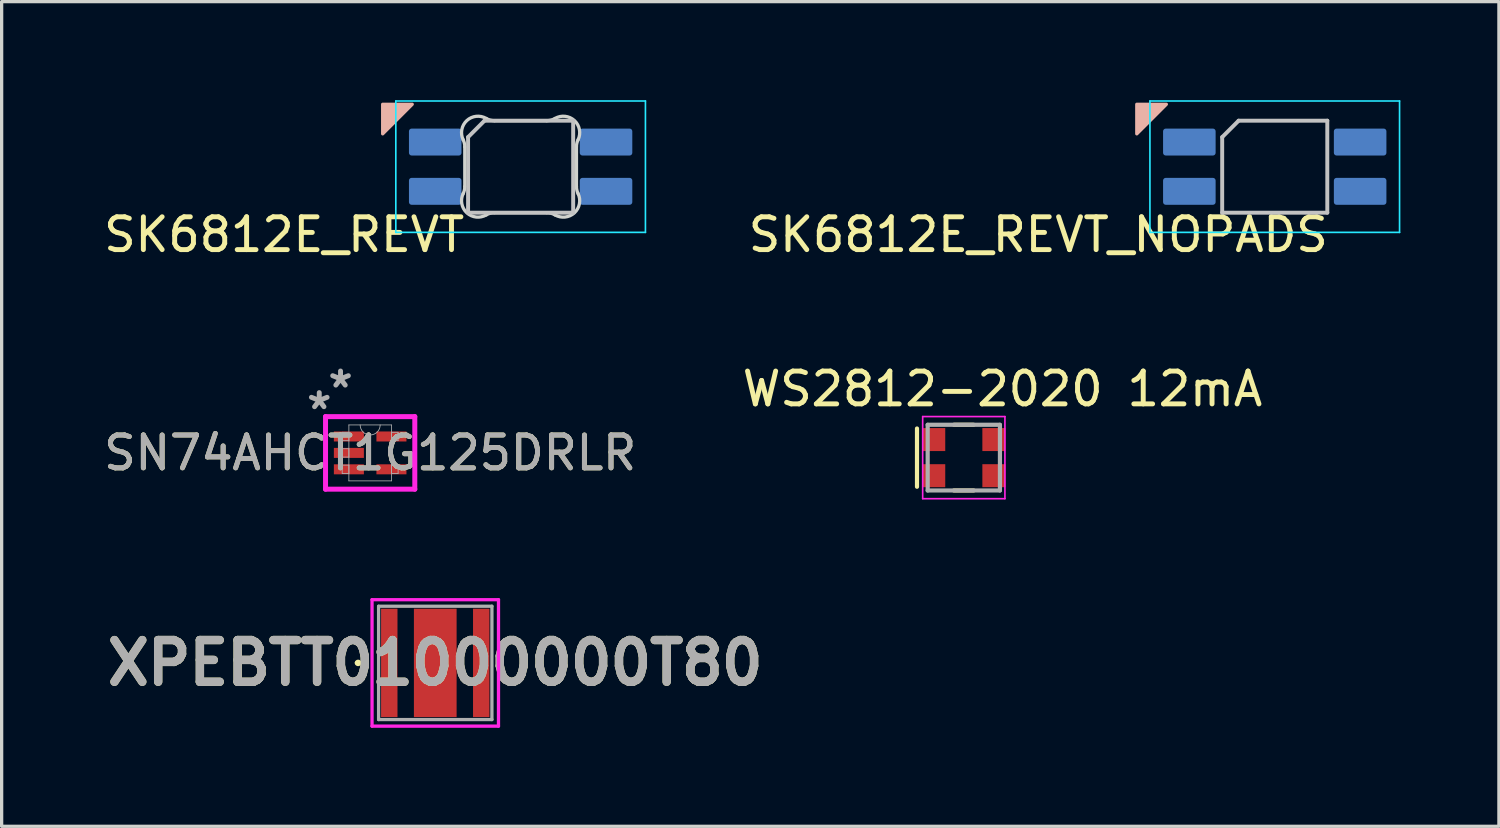
<source format=kicad_pcb>
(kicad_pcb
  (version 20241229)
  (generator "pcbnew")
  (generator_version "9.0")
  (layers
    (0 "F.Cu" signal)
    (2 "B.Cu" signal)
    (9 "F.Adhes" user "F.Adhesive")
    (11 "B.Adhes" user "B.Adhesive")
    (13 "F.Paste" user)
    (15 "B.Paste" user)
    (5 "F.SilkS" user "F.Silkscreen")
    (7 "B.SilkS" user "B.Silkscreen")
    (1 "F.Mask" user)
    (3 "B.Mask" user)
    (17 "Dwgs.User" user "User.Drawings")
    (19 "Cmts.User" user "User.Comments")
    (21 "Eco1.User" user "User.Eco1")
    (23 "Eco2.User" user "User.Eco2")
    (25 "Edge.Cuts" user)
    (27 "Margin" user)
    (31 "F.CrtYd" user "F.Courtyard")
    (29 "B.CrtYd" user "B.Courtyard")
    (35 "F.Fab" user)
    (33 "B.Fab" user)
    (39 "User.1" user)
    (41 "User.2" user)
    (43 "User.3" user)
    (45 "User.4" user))
  (footprint "WS2812-2020 12mA"
    (layer "F.Cu")
    (at 26.294 10.883)
    (property "Reference" "WS2812-2020 12mA" (at 1.177 -2.091 0) (layer "F.SilkS") (effects (font (size 1 1) (thickness 0.15))))
    (attr smd)
    (fp_line (start -1.425 0.887) (end -1.425 -0.887) (stroke (width 0.127) (type solid)) (layer "F.SilkS"))
    (fp_line (start -0.3 -1) (end 0.3 -1) (stroke (width 0.127) (type solid)) (layer "F.SilkS"))
    (fp_line (start -0.3 1) (end 0.3 1) (stroke (width 0.127) (type solid)) (layer "F.SilkS"))
    (fp_line (start -1.252 -1.25) (end -1.252 1.25) (stroke (width 0.05) (type solid)) (layer "F.CrtYd"))
    (fp_line (start -1.252 1.25) (end 1.252 1.25) (stroke (width 0.05) (type solid)) (layer "F.CrtYd"))
    (fp_line (start 1.252 -1.25) (end -1.252 -1.25) (stroke (width 0.05) (type solid)) (layer "F.CrtYd"))
    (fp_line (start 1.252 1.25) (end 1.252 -1.25) (stroke (width 0.05) (type solid)) (layer "F.CrtYd"))
    (fp_line (start -1.1 -1) (end 1.1 -1) (stroke (width 0.127) (type solid)) (layer "F.Fab"))
    (fp_line (start -1.1 1) (end -1.1 -1) (stroke (width 0.127) (type solid)) (layer "F.Fab"))
    (fp_line (start 1.1 -1) (end 1.1 1) (stroke (width 0.127) (type solid)) (layer "F.Fab"))
    (fp_line (start 1.1 1) (end -1.1 1) (stroke (width 0.127) (type solid)) (layer "F.Fab"))
    (pad "1" smd rect (at -0.915 -0.55) (size 0.7 0.7) (layers "F.Cu" "F.Mask" "F.Paste"))
    (pad "2" smd rect (at -0.915 0.55) (size 0.7 0.7) (layers "F.Cu" "F.Mask" "F.Paste"))
    (pad "3" smd rect (at 0.915 0.55) (size 0.7 0.7) (layers "F.Cu" "F.Mask" "F.Paste"))
    (pad "4" smd rect (at 0.915 -0.55) (size 0.7 0.7) (layers "F.Cu" "F.Mask" "F.Paste")))
  (footprint "SK6812E_REVT_NOPADS"
    (layer "F.Cu")
    (at 35.761 1.945)
    (property "Reference" "SK6812E_REVT_NOPADS" (at -7.2 2.15 0) (layer "F.SilkS") (effects (font (size 1 1) (thickness 0.15))))
    (attr through_hole)
    (fp_poly (pts (xy -4.2 -0.92) (xy -3.3 -1.82) (xy -4.2 -1.82)) (stroke (width 0.1) (type solid)) (fill yes) (layer "B.SilkS"))
    (fp_line (start -1.6 -0.82) (end -1.6 1.48) (stroke (width 0.12) (type solid)) (layer "Dwgs.User"))
    (fp_line (start -1.6 -0.82) (end -1.1 -1.32) (stroke (width 0.12) (type solid)) (layer "Dwgs.User"))
    (fp_line (start -1.6 1.48) (end 1.6 1.48) (stroke (width 0.12) (type solid)) (layer "Dwgs.User"))
    (fp_line (start 1.6 -1.32) (end -1.1 -1.32) (stroke (width 0.12) (type solid)) (layer "Dwgs.User"))
    (fp_line (start 1.6 1.48) (end 1.6 -1.32) (stroke (width 0.12) (type solid)) (layer "Dwgs.User"))
    (fp_line (start -3.8 -1.92) (end -3.8 2.08) (stroke (width 0.05) (type solid)) (layer "B.CrtYd"))
    (fp_line (start -3.8 2.08) (end 3.8 2.08) (stroke (width 0.05) (type solid)) (layer "B.CrtYd"))
    (fp_line (start 3.8 -1.92) (end -3.8 -1.92) (stroke (width 0.05) (type solid)) (layer "B.CrtYd"))
    (fp_line (start 3.8 2.08) (end 3.8 -1.92) (stroke (width 0.05) (type solid)) (layer "B.CrtYd"))
    (pad "1" smd roundrect (at 2.6 0.83 90) (size 0.82 1.6) (layers "B.Cu" "B.Mask" "B.Paste") (roundrect_rratio 0.1))
    (pad "2" smd roundrect (at 2.6 -0.67 90) (size 0.82 1.6) (layers "B.Cu" "B.Mask" "B.Paste") (roundrect_rratio 0.1))
    (pad "3" smd roundrect (at -2.6 -0.67 90) (size 0.82 1.6) (layers "B.Cu" "B.Mask" "B.Paste") (roundrect_rratio 0.1))
    (pad "4" smd roundrect (at -2.6 0.83 90) (size 0.82 1.6) (layers "B.Cu" "B.Mask" "B.Paste") (roundrect_rratio 0.1)))
  (footprint "XPEBTT01000000T80"
    (layer "F.Cu")
    (at 10.202 17.133)
    (property "Reference" "XPEBTT01000000T80" (at 0 0 0) (layer "F.SilkS") (effects (font (size 1.27 1.27) (thickness 0.254))))
    (attr smd)
    (fp_line (start -2.4 0) (end -2.4 0) (stroke (width 0.1) (type solid)) (layer "F.SilkS"))
    (fp_line (start -2.3 0) (end -2.3 0) (stroke (width 0.1) (type solid)) (layer "F.SilkS"))
    (fp_arc (start -2.4 0) (mid -2.35 -0.05) (end -2.3 0) (stroke (width 0.1) (type solid)) (layer "F.SilkS"))
    (fp_arc (start -2.3 0) (mid -2.35 0.05) (end -2.4 0) (stroke (width 0.1) (type solid)) (layer "F.SilkS"))
    (fp_line (start -1.925 -1.925) (end 1.925 -1.925) (stroke (width 0.1) (type solid)) (layer "F.CrtYd"))
    (fp_line (start -1.925 1.925) (end -1.925 -1.925) (stroke (width 0.1) (type solid)) (layer "F.CrtYd"))
    (fp_line (start 1.925 -1.925) (end 1.925 1.925) (stroke (width 0.1) (type solid)) (layer "F.CrtYd"))
    (fp_line (start 1.925 1.925) (end -1.925 1.925) (stroke (width 0.1) (type solid)) (layer "F.CrtYd"))
    (fp_line (start -1.725 -1.725) (end -1.725 1.725) (stroke (width 0.1) (type solid)) (layer "F.Fab"))
    (fp_line (start -1.725 1.725) (end 1.725 1.725) (stroke (width 0.1) (type solid)) (layer "F.Fab"))
    (fp_line (start 1.725 -1.725) (end -1.725 -1.725) (stroke (width 0.1) (type solid)) (layer "F.Fab"))
    (fp_line (start 1.725 1.725) (end 1.725 -1.725) (stroke (width 0.1) (type solid)) (layer "F.Fab"))
    (fp_text user "${REFERENCE}" (at 0 0 0) (layer "F.Fab") (effects (font (size 1.27 1.27) (thickness 0.254))))
    (pad "1" smd rect (at -1.4 0) (size 0.5 3.3) (layers "F.Cu" "F.Mask" "F.Paste"))
    (pad "2" smd rect (at 1.4 0) (size 0.5 3.3) (layers "F.Cu" "F.Mask" "F.Paste"))
    (pad "3" smd rect (at 0 0) (size 1.3 3.3) (layers "F.Cu" "F.Mask" "F.Paste")))
  (footprint "SK6812E_REVT"
    (layer "F.Cu")
    (at 12.801 1.945)
    (property "Reference" "SK6812E_REVT" (at -7.2 2.15 0) (layer "F.SilkS") (effects (font (size 1 1) (thickness 0.15))))
    (attr through_hole)
    (fp_poly (pts (xy -4.2 -0.92) (xy -3.3 -1.82) (xy -4.2 -1.82)) (stroke (width 0.1) (type solid)) (fill yes) (layer "B.SilkS"))
    (fp_line (start -1.6 -0.82) (end -1.6 1.48) (stroke (width 0.12) (type solid)) (layer "Dwgs.User"))
    (fp_line (start -1.6 -0.82) (end -1.1 -1.32) (stroke (width 0.12) (type solid)) (layer "Dwgs.User"))
    (fp_line (start -1.6 1.48) (end 1.6 1.48) (stroke (width 0.12) (type solid)) (layer "Dwgs.User"))
    (fp_line (start 1.6 -1.32) (end -1.1 -1.32) (stroke (width 0.12) (type solid)) (layer "Dwgs.User"))
    (fp_line (start 1.6 1.48) (end 1.6 -1.32) (stroke (width 0.12) (type solid)) (layer "Dwgs.User"))
    (fp_line (start -1.7 -0.523) (end -1.7 0.683) (stroke (width 0.1) (type solid)) (layer "Edge.Cuts"))
    (fp_line (start -0.794 -1.32) (end 0.794 -1.32) (stroke (width 0.1) (type solid)) (layer "Edge.Cuts"))
    (fp_line (start 0.794 1.48) (end -0.794 1.48) (stroke (width 0.1) (type solid)) (layer "Edge.Cuts"))
    (fp_line (start 1.7 -0.523) (end 1.7 0.683) (stroke (width 0.1) (type solid)) (layer "Edge.Cuts"))
    (fp_arc (start -1.749484 -0.73972) (mid -1.712527 -0.634068) (end -1.699999 -0.522842) (stroke (width 0.1) (type solid)) (layer "Edge.Cuts"))
    (fp_arc (start -1.749484 -0.739719) (mid -1.638072 -1.324035) (end -1.046711 -1.388299) (stroke (width 0.1) (type solid)) (layer "Edge.Cuts"))
    (fp_arc (start -1.699999 0.682843) (mid -1.712527 0.794068) (end -1.749484 0.89972) (stroke (width 0.1) (type solid)) (layer "Edge.Cuts"))
    (fp_arc (start -1.046711 1.548298) (mid -1.638071 1.484034) (end -1.749484 0.89972) (stroke (width 0.1) (type solid)) (layer "Edge.Cuts"))
    (fp_arc (start -1.046711 1.548298) (mid -0.925123 1.497376) (end -0.794453 1.479999) (stroke (width 0.1) (type solid)) (layer "Edge.Cuts"))
    (fp_arc (start -0.794452 -1.32) (mid -0.925123 -1.337377) (end -1.046711 -1.388299) (stroke (width 0.1) (type solid)) (layer "Edge.Cuts"))
    (fp_arc (start 0.794453 1.48) (mid 0.925123 1.497377) (end 1.046711 1.548299) (stroke (width 0.1) (type solid)) (layer "Edge.Cuts"))
    (fp_arc (start 1.04671 -1.388299) (mid 0.925122 -1.337377) (end 0.794452 -1.32) (stroke (width 0.1) (type solid)) (layer "Edge.Cuts"))
    (fp_arc (start 1.046711 -1.388297) (mid 1.63807 -1.324034) (end 1.749484 -0.73972) (stroke (width 0.1) (type solid)) (layer "Edge.Cuts"))
    (fp_arc (start 1.699999 -0.522843) (mid 1.712527 -0.634068) (end 1.749484 -0.73972) (stroke (width 0.1) (type solid)) (layer "Edge.Cuts"))
    (fp_arc (start 1.749484 0.89972) (mid 1.638071 1.484035) (end 1.046711 1.548299) (stroke (width 0.1) (type solid)) (layer "Edge.Cuts"))
    (fp_arc (start 1.749484 0.89972) (mid 1.712527 0.794068) (end 1.699999 0.682842) (stroke (width 0.1) (type solid)) (layer "Edge.Cuts"))
    (fp_line (start -3.8 -1.92) (end -3.8 2.08) (stroke (width 0.05) (type solid)) (layer "B.CrtYd"))
    (fp_line (start -3.8 2.08) (end 3.8 2.08) (stroke (width 0.05) (type solid)) (layer "B.CrtYd"))
    (fp_line (start 3.8 -1.92) (end -3.8 -1.92) (stroke (width 0.05) (type solid)) (layer "B.CrtYd"))
    (fp_line (start 3.8 2.08) (end 3.8 -1.92) (stroke (width 0.05) (type solid)) (layer "B.CrtYd"))
    (pad "1" smd roundrect (at 2.6 0.83 90) (size 0.82 1.6) (layers "B.Cu" "B.Mask" "B.Paste") (roundrect_rratio 0.1))
    (pad "2" smd roundrect (at 2.6 -0.67 90) (size 0.82 1.6) (layers "B.Cu" "B.Mask" "B.Paste") (roundrect_rratio 0.1))
    (pad "3" smd roundrect (at -2.6 -0.67 90) (size 0.82 1.6) (layers "B.Cu" "B.Mask" "B.Paste") (roundrect_rratio 0.1))
    (pad "4" smd roundrect (at -2.6 0.83 90) (size 0.82 1.6) (layers "B.Cu" "B.Mask" "B.Paste") (roundrect_rratio 0.1)))
  (footprint "SN74AHCT1G125DRLR"
    (layer "F.Cu")
    (at 8.22 10.739)
    (property "Reference" "SN74AHCT1G125DRLR" (at 0 0 0) (unlocked yes) (layer "F.SilkS") (effects (font (size 1 1) (thickness 0.15))))
    (attr smd)
    (fp_line (start -1.359 -1.105) (end 1.359 -1.105) (stroke (width 0.152) (type solid)) (layer "F.CrtYd"))
    (fp_line (start -1.359 1.105) (end -1.359 -1.105) (stroke (width 0.152) (type solid)) (layer "F.CrtYd"))
    (fp_line (start 1.359 -1.105) (end 1.359 1.105) (stroke (width 0.152) (type solid)) (layer "F.CrtYd"))
    (fp_line (start 1.359 1.105) (end -1.359 1.105) (stroke (width 0.152) (type solid)) (layer "F.CrtYd"))
    (fp_line (start -0.851 -0.627) (end -0.851 -0.373) (stroke (width 0.025) (type solid)) (layer "F.Fab"))
    (fp_line (start -0.851 -0.373) (end -0.648 -0.373) (stroke (width 0.025) (type solid)) (layer "F.Fab"))
    (fp_line (start -0.851 -0.127) (end -0.851 0.127) (stroke (width 0.025) (type solid)) (layer "F.Fab"))
    (fp_line (start -0.851 0.127) (end -0.648 0.127) (stroke (width 0.025) (type solid)) (layer "F.Fab"))
    (fp_line (start -0.851 0.373) (end -0.851 0.627) (stroke (width 0.025) (type solid)) (layer "F.Fab"))
    (fp_line (start -0.851 0.627) (end -0.648 0.627) (stroke (width 0.025) (type solid)) (layer "F.Fab"))
    (fp_line (start -0.648 -0.851) (end -0.648 0.851) (stroke (width 0.025) (type solid)) (layer "F.Fab"))
    (fp_line (start -0.648 -0.627) (end -0.851 -0.627) (stroke (width 0.025) (type solid)) (layer "F.Fab"))
    (fp_line (start -0.648 -0.373) (end -0.648 -0.627) (stroke (width 0.025) (type solid)) (layer "F.Fab"))
    (fp_line (start -0.648 -0.127) (end -0.851 -0.127) (stroke (width 0.025) (type solid)) (layer "F.Fab"))
    (fp_line (start -0.648 0.127) (end -0.648 -0.127) (stroke (width 0.025) (type solid)) (layer "F.Fab"))
    (fp_line (start -0.648 0.373) (end -0.851 0.373) (stroke (width 0.025) (type solid)) (layer "F.Fab"))
    (fp_line (start -0.648 0.627) (end -0.648 0.373) (stroke (width 0.025) (type solid)) (layer "F.Fab"))
    (fp_line (start -0.648 0.851) (end 0.648 0.851) (stroke (width 0.025) (type solid)) (layer "F.Fab"))
    (fp_line (start 0.648 -0.851) (end -0.648 -0.851) (stroke (width 0.025) (type solid)) (layer "F.Fab"))
    (fp_line (start 0.648 -0.627) (end 0.648 -0.373) (stroke (width 0.025) (type solid)) (layer "F.Fab"))
    (fp_line (start 0.648 -0.373) (end 0.851 -0.373) (stroke (width 0.025) (type solid)) (layer "F.Fab"))
    (fp_line (start 0.648 0.373) (end 0.648 0.627) (stroke (width 0.025) (type solid)) (layer "F.Fab"))
    (fp_line (start 0.648 0.627) (end 0.851 0.627) (stroke (width 0.025) (type solid)) (layer "F.Fab"))
    (fp_line (start 0.648 0.851) (end 0.648 -0.851) (stroke (width 0.025) (type solid)) (layer "F.Fab"))
    (fp_line (start 0.851 -0.627) (end 0.648 -0.627) (stroke (width 0.025) (type solid)) (layer "F.Fab"))
    (fp_line (start 0.851 -0.373) (end 0.851 -0.627) (stroke (width 0.025) (type solid)) (layer "F.Fab"))
    (fp_line (start 0.851 0.373) (end 0.648 0.373) (stroke (width 0.025) (type solid)) (layer "F.Fab"))
    (fp_line (start 0.851 0.627) (end 0.851 0.373) (stroke (width 0.025) (type solid)) (layer "F.Fab"))
    (fp_arc (start 0.3048 -0.8509) (mid 0 -0.5461) (end -0.3048 -0.8509) (stroke (width 0.0254) (type solid)) (layer "F.Fab"))
    (fp_text user "*" (at -1.55 -1.29 0) (unlocked yes) (layer "F.Fab") (effects (font (size 1 1) (thickness 0.15))))
    (fp_text user "${REFERENCE}" (at 0 0 0) (unlocked yes) (layer "F.Fab") (effects (font (size 1 1) (thickness 0.15))))
    (fp_text user "*" (at -0.902 -1.948 0) (layer "F.Fab") (effects (font (size 1 1) (thickness 0.15))))
    (pad "1" smd rect (at -0.648 -0.5) (size 0.914 0.305) (layers "F.Cu" "F.Mask" "F.Paste"))
    (pad "2" smd rect (at -0.648 0) (size 0.914 0.305) (layers "F.Cu" "F.Mask" "F.Paste"))
    (pad "3" smd rect (at -0.648 0.5) (size 0.914 0.305) (layers "F.Cu" "F.Mask" "F.Paste"))
    (pad "4" smd rect (at 0.648 0.5) (size 0.914 0.305) (layers "F.Cu" "F.Mask" "F.Paste"))
    (pad "5" smd rect (at 0.648 -0.5) (size 0.914 0.305) (layers "F.Cu" "F.Mask" "F.Paste")))
  (gr_rect
    (start -3 -3)
    (end 42.586 22.108)
    (stroke (width 0.1) (type default))
    (fill no)
    (layer "Edge.Cuts")))
</source>
